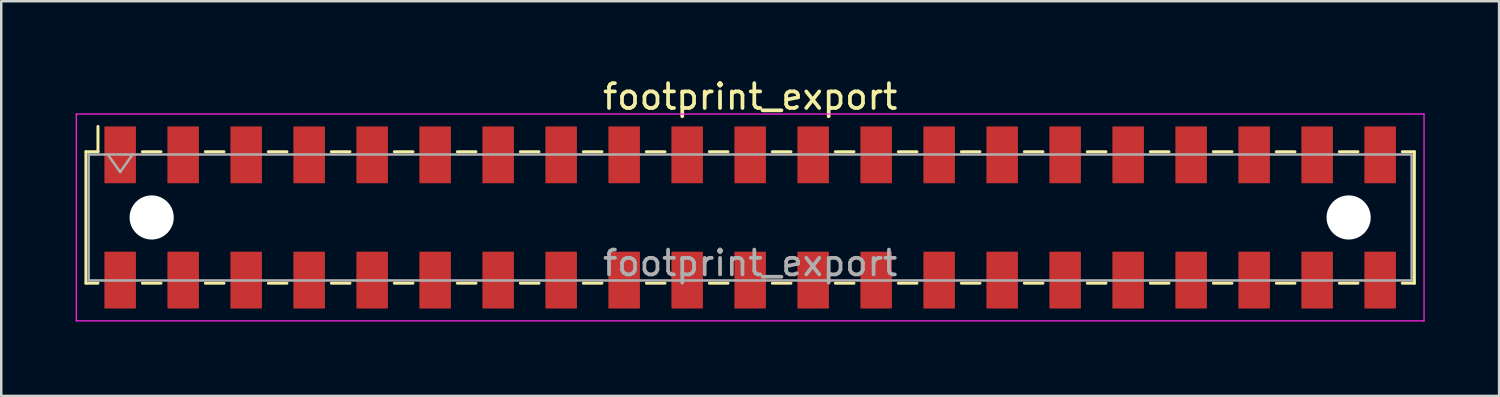
<source format=kicad_pcb>
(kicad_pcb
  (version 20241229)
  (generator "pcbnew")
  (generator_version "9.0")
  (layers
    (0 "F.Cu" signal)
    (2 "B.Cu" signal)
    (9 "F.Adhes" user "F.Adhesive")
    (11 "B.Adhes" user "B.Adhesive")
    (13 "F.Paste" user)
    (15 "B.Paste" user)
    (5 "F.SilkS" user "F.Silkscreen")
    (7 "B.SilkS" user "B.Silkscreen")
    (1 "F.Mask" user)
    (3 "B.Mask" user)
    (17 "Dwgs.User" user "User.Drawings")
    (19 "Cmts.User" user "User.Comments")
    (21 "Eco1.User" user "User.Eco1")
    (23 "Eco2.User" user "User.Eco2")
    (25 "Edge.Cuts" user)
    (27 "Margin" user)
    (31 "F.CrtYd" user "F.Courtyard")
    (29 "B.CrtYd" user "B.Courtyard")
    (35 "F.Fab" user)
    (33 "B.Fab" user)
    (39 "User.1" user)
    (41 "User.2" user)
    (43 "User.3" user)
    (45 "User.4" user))
  (footprint "footprint_export"
    (layer "F.Cu")
    (at 27.195 5.718)
    (property "Reference" "footprint_export" (at 0 -4.87 0) (layer "F.SilkS") (effects (font (size 1 1) (thickness 0.15))))
    (attr smd)
    (fp_line (start -26.78 -2.65) (end -26.78 2.65) (stroke (width 0.12) (type solid)) (layer "F.SilkS"))
    (fp_line (start -26.78 2.65) (end -26.295 2.65) (stroke (width 0.12) (type solid)) (layer "F.SilkS"))
    (fp_line (start -26.295 -3.67) (end -26.295 -2.65) (stroke (width 0.12) (type solid)) (layer "F.SilkS"))
    (fp_line (start -26.295 -2.65) (end -26.78 -2.65) (stroke (width 0.12) (type solid)) (layer "F.SilkS"))
    (fp_line (start -24.505 -2.65) (end -23.755 -2.65) (stroke (width 0.12) (type solid)) (layer "F.SilkS"))
    (fp_line (start -24.505 2.65) (end -23.755 2.65) (stroke (width 0.12) (type solid)) (layer "F.SilkS"))
    (fp_line (start -21.965 -2.65) (end -21.215 -2.65) (stroke (width 0.12) (type solid)) (layer "F.SilkS"))
    (fp_line (start -21.965 2.65) (end -21.215 2.65) (stroke (width 0.12) (type solid)) (layer "F.SilkS"))
    (fp_line (start -19.425 -2.65) (end -18.675 -2.65) (stroke (width 0.12) (type solid)) (layer "F.SilkS"))
    (fp_line (start -19.425 2.65) (end -18.675 2.65) (stroke (width 0.12) (type solid)) (layer "F.SilkS"))
    (fp_line (start -16.885 -2.65) (end -16.135 -2.65) (stroke (width 0.12) (type solid)) (layer "F.SilkS"))
    (fp_line (start -16.885 2.65) (end -16.135 2.65) (stroke (width 0.12) (type solid)) (layer "F.SilkS"))
    (fp_line (start -14.345 -2.65) (end -13.595 -2.65) (stroke (width 0.12) (type solid)) (layer "F.SilkS"))
    (fp_line (start -14.345 2.65) (end -13.595 2.65) (stroke (width 0.12) (type solid)) (layer "F.SilkS"))
    (fp_line (start -11.805 -2.65) (end -11.055 -2.65) (stroke (width 0.12) (type solid)) (layer "F.SilkS"))
    (fp_line (start -11.805 2.65) (end -11.055 2.65) (stroke (width 0.12) (type solid)) (layer "F.SilkS"))
    (fp_line (start -9.265 -2.65) (end -8.515 -2.65) (stroke (width 0.12) (type solid)) (layer "F.SilkS"))
    (fp_line (start -9.265 2.65) (end -8.515 2.65) (stroke (width 0.12) (type solid)) (layer "F.SilkS"))
    (fp_line (start -6.725 -2.65) (end -5.975 -2.65) (stroke (width 0.12) (type solid)) (layer "F.SilkS"))
    (fp_line (start -6.725 2.65) (end -5.975 2.65) (stroke (width 0.12) (type solid)) (layer "F.SilkS"))
    (fp_line (start -4.185 -2.65) (end -3.435 -2.65) (stroke (width 0.12) (type solid)) (layer "F.SilkS"))
    (fp_line (start -4.185 2.65) (end -3.435 2.65) (stroke (width 0.12) (type solid)) (layer "F.SilkS"))
    (fp_line (start -1.645 -2.65) (end -0.895 -2.65) (stroke (width 0.12) (type solid)) (layer "F.SilkS"))
    (fp_line (start -1.645 2.65) (end -0.895 2.65) (stroke (width 0.12) (type solid)) (layer "F.SilkS"))
    (fp_line (start 0.895 -2.65) (end 1.645 -2.65) (stroke (width 0.12) (type solid)) (layer "F.SilkS"))
    (fp_line (start 0.895 2.65) (end 1.645 2.65) (stroke (width 0.12) (type solid)) (layer "F.SilkS"))
    (fp_line (start 3.435 -2.65) (end 4.185 -2.65) (stroke (width 0.12) (type solid)) (layer "F.SilkS"))
    (fp_line (start 3.435 2.65) (end 4.185 2.65) (stroke (width 0.12) (type solid)) (layer "F.SilkS"))
    (fp_line (start 5.975 -2.65) (end 6.725 -2.65) (stroke (width 0.12) (type solid)) (layer "F.SilkS"))
    (fp_line (start 5.975 2.65) (end 6.725 2.65) (stroke (width 0.12) (type solid)) (layer "F.SilkS"))
    (fp_line (start 8.515 -2.65) (end 9.265 -2.65) (stroke (width 0.12) (type solid)) (layer "F.SilkS"))
    (fp_line (start 8.515 2.65) (end 9.265 2.65) (stroke (width 0.12) (type solid)) (layer "F.SilkS"))
    (fp_line (start 11.055 -2.65) (end 11.805 -2.65) (stroke (width 0.12) (type solid)) (layer "F.SilkS"))
    (fp_line (start 11.055 2.65) (end 11.805 2.65) (stroke (width 0.12) (type solid)) (layer "F.SilkS"))
    (fp_line (start 13.595 -2.65) (end 14.345 -2.65) (stroke (width 0.12) (type solid)) (layer "F.SilkS"))
    (fp_line (start 13.595 2.65) (end 14.345 2.65) (stroke (width 0.12) (type solid)) (layer "F.SilkS"))
    (fp_line (start 16.135 -2.65) (end 16.885 -2.65) (stroke (width 0.12) (type solid)) (layer "F.SilkS"))
    (fp_line (start 16.135 2.65) (end 16.885 2.65) (stroke (width 0.12) (type solid)) (layer "F.SilkS"))
    (fp_line (start 18.675 -2.65) (end 19.425 -2.65) (stroke (width 0.12) (type solid)) (layer "F.SilkS"))
    (fp_line (start 18.675 2.65) (end 19.425 2.65) (stroke (width 0.12) (type solid)) (layer "F.SilkS"))
    (fp_line (start 21.215 -2.65) (end 21.965 -2.65) (stroke (width 0.12) (type solid)) (layer "F.SilkS"))
    (fp_line (start 21.215 2.65) (end 21.965 2.65) (stroke (width 0.12) (type solid)) (layer "F.SilkS"))
    (fp_line (start 23.755 -2.65) (end 24.505 -2.65) (stroke (width 0.12) (type solid)) (layer "F.SilkS"))
    (fp_line (start 23.755 2.65) (end 24.505 2.65) (stroke (width 0.12) (type solid)) (layer "F.SilkS"))
    (fp_line (start 26.295 -2.65) (end 26.78 -2.65) (stroke (width 0.12) (type solid)) (layer "F.SilkS"))
    (fp_line (start 26.78 -2.65) (end 26.78 2.65) (stroke (width 0.12) (type solid)) (layer "F.SilkS"))
    (fp_line (start 26.78 2.65) (end 26.295 2.65) (stroke (width 0.12) (type solid)) (layer "F.SilkS"))
    (fp_line (start -27.17 -4.17) (end 27.17 -4.17) (stroke (width 0.05) (type solid)) (layer "F.CrtYd"))
    (fp_line (start -27.17 4.17) (end -27.17 -4.17) (stroke (width 0.05) (type solid)) (layer "F.CrtYd"))
    (fp_line (start 27.17 -4.17) (end 27.17 4.17) (stroke (width 0.05) (type solid)) (layer "F.CrtYd"))
    (fp_line (start 27.17 4.17) (end -27.17 4.17) (stroke (width 0.05) (type solid)) (layer "F.CrtYd"))
    (fp_line (start -26.67 -2.54) (end 26.67 -2.54) (stroke (width 0.1) (type solid)) (layer "F.Fab"))
    (fp_line (start -26.67 2.54) (end -26.67 -2.54) (stroke (width 0.1) (type solid)) (layer "F.Fab"))
    (fp_line (start -25.9 -2.54) (end -25.4 -1.833) (stroke (width 0.1) (type solid)) (layer "F.Fab"))
    (fp_line (start -25.4 -1.833) (end -24.9 -2.54) (stroke (width 0.1) (type solid)) (layer "F.Fab"))
    (fp_line (start 26.67 -2.54) (end 26.67 2.54) (stroke (width 0.1) (type solid)) (layer "F.Fab"))
    (fp_line (start 26.67 2.54) (end -26.67 2.54) (stroke (width 0.1) (type solid)) (layer "F.Fab"))
    (fp_text user "${REFERENCE}" (at 0 1.84 0) (layer "F.Fab") (effects (font (size 1 1) (thickness 0.15))))
    (pad "" np_thru_hole circle (at -24.13 0) (size 1.78 1.78) (drill 1.78) (layers "*.Cu" "*.Mask"))
    (pad "" np_thru_hole circle (at 24.13 0) (size 1.78 1.78) (drill 1.78) (layers "*.Cu" "*.Mask"))
    (pad "1" smd rect (at -25.4 -2.525) (size 1.27 2.29) (layers "F.Cu" "F.Mask" "F.Paste"))
    (pad "2" smd rect (at -25.4 2.525) (size 1.27 2.29) (layers "F.Cu" "F.Mask" "F.Paste"))
    (pad "3" smd rect (at -22.86 -2.525) (size 1.27 2.29) (layers "F.Cu" "F.Mask" "F.Paste"))
    (pad "4" smd rect (at -22.86 2.525) (size 1.27 2.29) (layers "F.Cu" "F.Mask" "F.Paste"))
    (pad "5" smd rect (at -20.32 -2.525) (size 1.27 2.29) (layers "F.Cu" "F.Mask" "F.Paste"))
    (pad "6" smd rect (at -20.32 2.525) (size 1.27 2.29) (layers "F.Cu" "F.Mask" "F.Paste"))
    (pad "7" smd rect (at -17.78 -2.525) (size 1.27 2.29) (layers "F.Cu" "F.Mask" "F.Paste"))
    (pad "8" smd rect (at -17.78 2.525) (size 1.27 2.29) (layers "F.Cu" "F.Mask" "F.Paste"))
    (pad "9" smd rect (at -15.24 -2.525) (size 1.27 2.29) (layers "F.Cu" "F.Mask" "F.Paste"))
    (pad "10" smd rect (at -15.24 2.525) (size 1.27 2.29) (layers "F.Cu" "F.Mask" "F.Paste"))
    (pad "11" smd rect (at -12.7 -2.525) (size 1.27 2.29) (layers "F.Cu" "F.Mask" "F.Paste"))
    (pad "12" smd rect (at -12.7 2.525) (size 1.27 2.29) (layers "F.Cu" "F.Mask" "F.Paste"))
    (pad "13" smd rect (at -10.16 -2.525) (size 1.27 2.29) (layers "F.Cu" "F.Mask" "F.Paste"))
    (pad "14" smd rect (at -10.16 2.525) (size 1.27 2.29) (layers "F.Cu" "F.Mask" "F.Paste"))
    (pad "15" smd rect (at -7.62 -2.525) (size 1.27 2.29) (layers "F.Cu" "F.Mask" "F.Paste"))
    (pad "16" smd rect (at -7.62 2.525) (size 1.27 2.29) (layers "F.Cu" "F.Mask" "F.Paste"))
    (pad "17" smd rect (at -5.08 -2.525) (size 1.27 2.29) (layers "F.Cu" "F.Mask" "F.Paste"))
    (pad "18" smd rect (at -5.08 2.525) (size 1.27 2.29) (layers "F.Cu" "F.Mask" "F.Paste"))
    (pad "19" smd rect (at -2.54 -2.525) (size 1.27 2.29) (layers "F.Cu" "F.Mask" "F.Paste"))
    (pad "20" smd rect (at -2.54 2.525) (size 1.27 2.29) (layers "F.Cu" "F.Mask" "F.Paste"))
    (pad "21" smd rect (at 0 -2.525) (size 1.27 2.29) (layers "F.Cu" "F.Mask" "F.Paste"))
    (pad "22" smd rect (at 0 2.525) (size 1.27 2.29) (layers "F.Cu" "F.Mask" "F.Paste"))
    (pad "23" smd rect (at 2.54 -2.525) (size 1.27 2.29) (layers "F.Cu" "F.Mask" "F.Paste"))
    (pad "24" smd rect (at 2.54 2.525) (size 1.27 2.29) (layers "F.Cu" "F.Mask" "F.Paste"))
    (pad "25" smd rect (at 5.08 -2.525) (size 1.27 2.29) (layers "F.Cu" "F.Mask" "F.Paste"))
    (pad "26" smd rect (at 5.08 2.525) (size 1.27 2.29) (layers "F.Cu" "F.Mask" "F.Paste"))
    (pad "27" smd rect (at 7.62 -2.525) (size 1.27 2.29) (layers "F.Cu" "F.Mask" "F.Paste"))
    (pad "28" smd rect (at 7.62 2.525) (size 1.27 2.29) (layers "F.Cu" "F.Mask" "F.Paste"))
    (pad "29" smd rect (at 10.16 -2.525) (size 1.27 2.29) (layers "F.Cu" "F.Mask" "F.Paste"))
    (pad "30" smd rect (at 10.16 2.525) (size 1.27 2.29) (layers "F.Cu" "F.Mask" "F.Paste"))
    (pad "31" smd rect (at 12.7 -2.525) (size 1.27 2.29) (layers "F.Cu" "F.Mask" "F.Paste"))
    (pad "32" smd rect (at 12.7 2.525) (size 1.27 2.29) (layers "F.Cu" "F.Mask" "F.Paste"))
    (pad "33" smd rect (at 15.24 -2.525) (size 1.27 2.29) (layers "F.Cu" "F.Mask" "F.Paste"))
    (pad "34" smd rect (at 15.24 2.525) (size 1.27 2.29) (layers "F.Cu" "F.Mask" "F.Paste"))
    (pad "35" smd rect (at 17.78 -2.525) (size 1.27 2.29) (layers "F.Cu" "F.Mask" "F.Paste"))
    (pad "36" smd rect (at 17.78 2.525) (size 1.27 2.29) (layers "F.Cu" "F.Mask" "F.Paste"))
    (pad "37" smd rect (at 20.32 -2.525) (size 1.27 2.29) (layers "F.Cu" "F.Mask" "F.Paste"))
    (pad "38" smd rect (at 20.32 2.525) (size 1.27 2.29) (layers "F.Cu" "F.Mask" "F.Paste"))
    (pad "39" smd rect (at 22.86 -2.525) (size 1.27 2.29) (layers "F.Cu" "F.Mask" "F.Paste"))
    (pad "40" smd rect (at 22.86 2.525) (size 1.27 2.29) (layers "F.Cu" "F.Mask" "F.Paste"))
    (pad "41" smd rect (at 25.4 -2.525) (size 1.27 2.29) (layers "F.Cu" "F.Mask" "F.Paste"))
    (pad "42" smd rect (at 25.4 2.525) (size 1.27 2.29) (layers "F.Cu" "F.Mask" "F.Paste")))
  (gr_rect
    (start -3 -3)
    (end 57.39 12.913)
    (stroke (width 0.1) (type default))
    (fill no)
    (layer "Edge.Cuts")))
</source>
